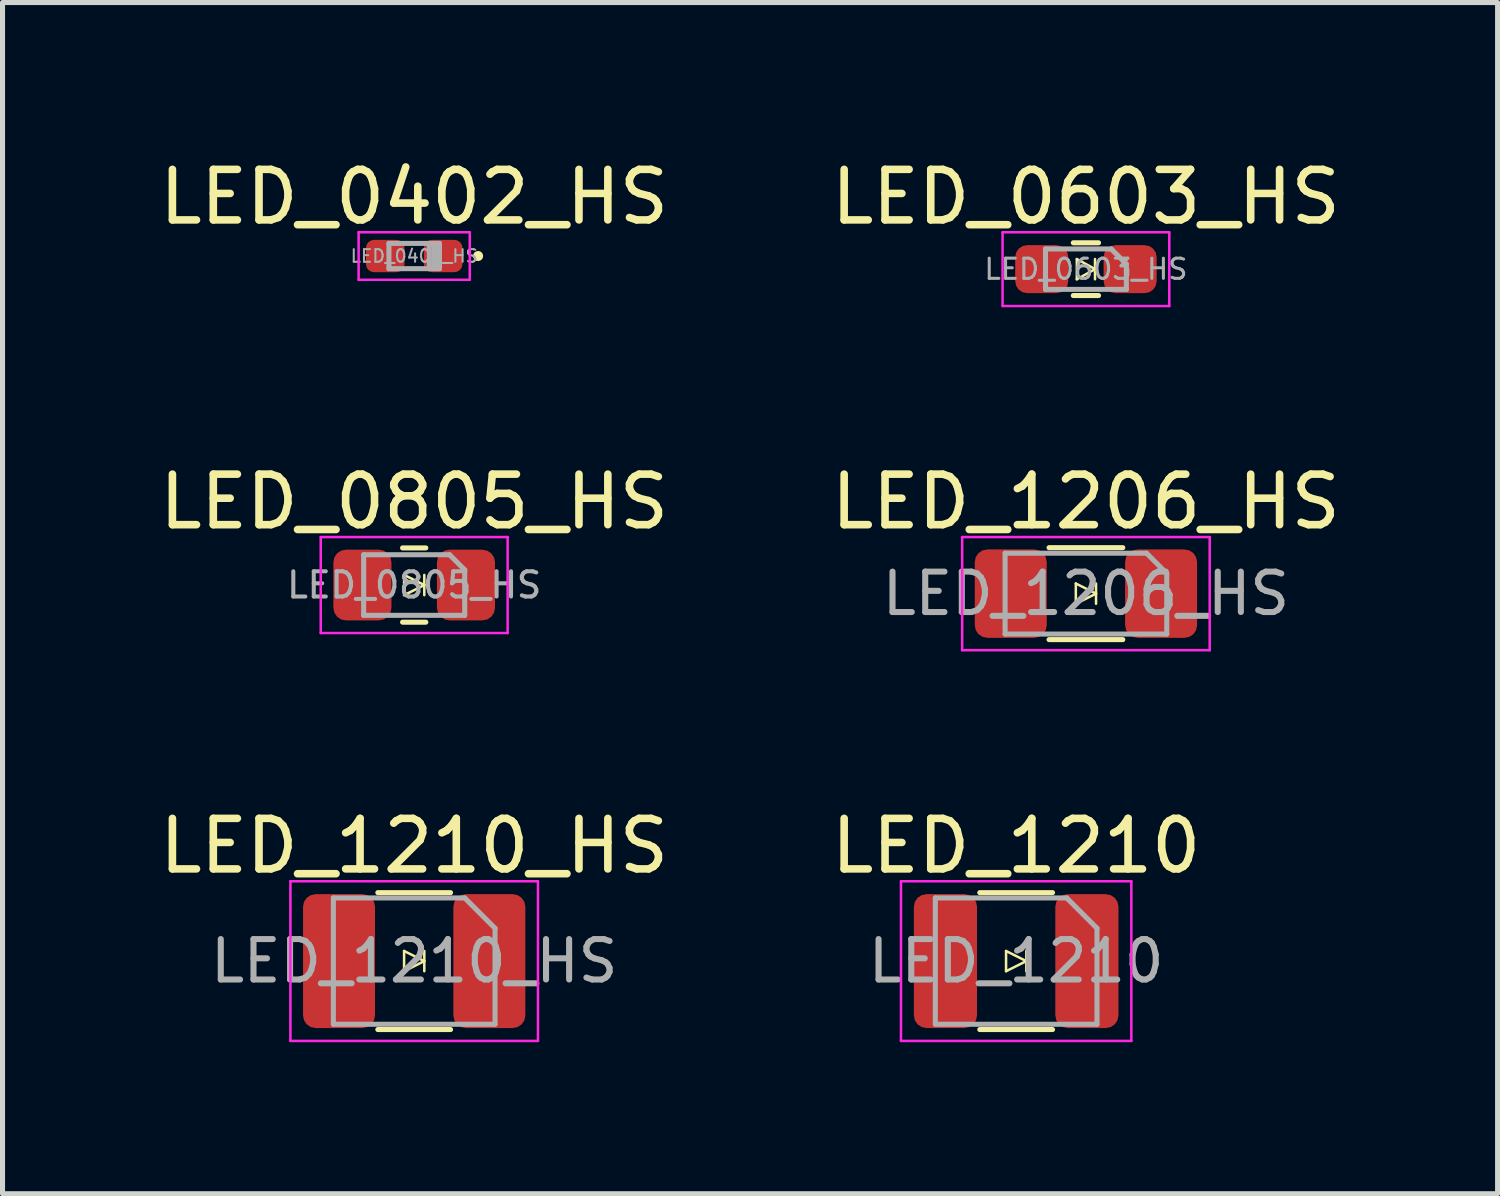
<source format=kicad_pcb>
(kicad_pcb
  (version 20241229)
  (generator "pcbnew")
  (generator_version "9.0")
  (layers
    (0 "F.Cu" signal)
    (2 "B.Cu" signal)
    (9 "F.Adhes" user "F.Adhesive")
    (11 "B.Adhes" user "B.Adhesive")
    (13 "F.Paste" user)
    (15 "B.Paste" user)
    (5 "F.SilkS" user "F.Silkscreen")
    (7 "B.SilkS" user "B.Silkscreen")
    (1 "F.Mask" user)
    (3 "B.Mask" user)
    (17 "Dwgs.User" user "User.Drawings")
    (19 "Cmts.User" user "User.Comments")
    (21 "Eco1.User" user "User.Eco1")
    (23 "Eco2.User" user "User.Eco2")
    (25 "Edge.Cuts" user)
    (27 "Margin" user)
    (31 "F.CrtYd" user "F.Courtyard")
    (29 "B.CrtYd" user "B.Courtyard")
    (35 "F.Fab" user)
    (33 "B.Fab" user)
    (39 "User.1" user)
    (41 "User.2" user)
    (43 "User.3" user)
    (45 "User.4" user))
  (footprint "LED_0805_HS"
    (layer "F.Cu")
    (at 5.149 8.531)
    (property "Reference" "LED_0805_HS" (at 0 -1.65 0) (layer "F.SilkS") (effects (font (size 1 1) (thickness 0.15))))
    (attr smd)
    (fp_line (start -0.23 0.735) (end 0.23 0.735) (stroke (width 0.1) (type solid)) (layer "F.SilkS"))
    (fp_line (start -0.2 -0.2) (end -0.2 0.2) (stroke (width 0.05) (type solid)) (layer "F.SilkS"))
    (fp_line (start -0.2 -0.2) (end 0.2 0) (stroke (width 0.05) (type solid)) (layer "F.SilkS"))
    (fp_line (start 0.2 -0.2) (end 0.2 0.2) (stroke (width 0.05) (type solid)) (layer "F.SilkS"))
    (fp_line (start 0.2 0) (end -0.2 0.2) (stroke (width 0.05) (type solid)) (layer "F.SilkS"))
    (fp_line (start 0.23 -0.735) (end -0.23 -0.735) (stroke (width 0.1) (type solid)) (layer "F.SilkS"))
    (fp_line (start -1.85 -0.95) (end 1.85 -0.95) (stroke (width 0.05) (type solid)) (layer "F.CrtYd"))
    (fp_line (start -1.85 0.95) (end -1.85 -0.95) (stroke (width 0.05) (type solid)) (layer "F.CrtYd"))
    (fp_line (start 1.85 -0.95) (end 1.85 0.95) (stroke (width 0.05) (type solid)) (layer "F.CrtYd"))
    (fp_line (start 1.85 0.95) (end -1.85 0.95) (stroke (width 0.05) (type solid)) (layer "F.CrtYd"))
    (fp_line (start -1 -0.6) (end -1 0.6) (stroke (width 0.1) (type solid)) (layer "F.Fab"))
    (fp_line (start -1 0.6) (end 1 0.6) (stroke (width 0.1) (type solid)) (layer "F.Fab"))
    (fp_line (start 0.7 -0.6) (end -1 -0.6) (stroke (width 0.1) (type solid)) (layer "F.Fab"))
    (fp_line (start 0.7 -0.6) (end 1 -0.3) (stroke (width 0.1) (type solid)) (layer "F.Fab"))
    (fp_line (start 1 0.6) (end 1 -0.3) (stroke (width 0.1) (type solid)) (layer "F.Fab"))
    (fp_text user "${REFERENCE}" (at 0 0 0) (layer "F.Fab") (effects (font (size 0.5 0.5) (thickness 0.08))))
    (pad "1" smd roundrect (at -1.025 0) (size 1.15 1.4) (layers "F.Cu" "F.Mask" "F.Paste") (roundrect_rratio 0.217))
    (pad "2" smd roundrect (at 1.025 0) (size 1.15 1.4) (layers "F.Cu" "F.Mask" "F.Paste") (roundrect_rratio 0.217)))
  (footprint "LED_1210_HS"
    (layer "F.Cu")
    (at 5.149 15.975)
    (property "Reference" "LED_1210_HS" (at 0 -2.28 0) (layer "F.SilkS") (effects (font (size 1 1) (thickness 0.15))))
    (attr smd)
    (fp_line (start -0.72 1.355) (end 0.72 1.355) (stroke (width 0.1) (type solid)) (layer "F.SilkS"))
    (fp_line (start -0.2 -0.2) (end -0.2 0.2) (stroke (width 0.05) (type solid)) (layer "F.SilkS"))
    (fp_line (start -0.2 -0.2) (end 0.2 0) (stroke (width 0.05) (type solid)) (layer "F.SilkS"))
    (fp_line (start 0.2 -0.2) (end 0.2 0.2) (stroke (width 0.05) (type solid)) (layer "F.SilkS"))
    (fp_line (start 0.2 0) (end -0.2 0.2) (stroke (width 0.05) (type solid)) (layer "F.SilkS"))
    (fp_line (start 0.72 -1.355) (end -0.72 -1.355) (stroke (width 0.1) (type solid)) (layer "F.SilkS"))
    (fp_line (start -2.45 -1.58) (end 2.45 -1.58) (stroke (width 0.05) (type solid)) (layer "F.CrtYd"))
    (fp_line (start -2.45 1.58) (end -2.45 -1.58) (stroke (width 0.05) (type solid)) (layer "F.CrtYd"))
    (fp_line (start 2.45 -1.58) (end 2.45 1.58) (stroke (width 0.05) (type solid)) (layer "F.CrtYd"))
    (fp_line (start 2.45 1.58) (end -2.45 1.58) (stroke (width 0.05) (type solid)) (layer "F.CrtYd"))
    (fp_line (start -1.6 -1.25) (end -1.6 1.25) (stroke (width 0.1) (type solid)) (layer "F.Fab"))
    (fp_line (start -1.6 1.25) (end 1.6 1.25) (stroke (width 0.1) (type solid)) (layer "F.Fab"))
    (fp_line (start 1 -1.25) (end -1.6 -1.25) (stroke (width 0.1) (type solid)) (layer "F.Fab"))
    (fp_line (start 1 -1.25) (end 1.6 -0.65) (stroke (width 0.1) (type solid)) (layer "F.Fab"))
    (fp_line (start 1.6 1.25) (end 1.6 -0.65) (stroke (width 0.1) (type solid)) (layer "F.Fab"))
    (fp_text user "${REFERENCE}" (at 0 0 0) (layer "F.Fab") (effects (font (size 0.8 0.8) (thickness 0.12))))
    (pad "1" smd roundrect (at -1.488 0) (size 1.425 2.65) (layers "F.Cu" "F.Mask" "F.Paste") (roundrect_rratio 0.175))
    (pad "2" smd roundrect (at 1.488 0) (size 1.425 2.65) (layers "F.Cu" "F.Mask" "F.Paste") (roundrect_rratio 0.175)))
  (footprint "LED_0603_HS"
    (layer "F.Cu")
    (at 18.446 2.278)
    (property "Reference" "LED_0603_HS" (at 0 -1.43 0) (layer "F.SilkS") (effects (font (size 1 1) (thickness 0.15))))
    (attr smd)
    (fp_line (start -0.25 0.522) (end 0.25 0.522) (stroke (width 0.1) (type solid)) (layer "F.SilkS"))
    (fp_line (start -0.18 -0.2) (end -0.18 0.2) (stroke (width 0.05) (type solid)) (layer "F.SilkS"))
    (fp_line (start -0.18 -0.2) (end 0.18 0) (stroke (width 0.05) (type solid)) (layer "F.SilkS"))
    (fp_line (start 0.18 -0.2) (end 0.18 0.2) (stroke (width 0.05) (type solid)) (layer "F.SilkS"))
    (fp_line (start 0.18 0) (end -0.18 0.2) (stroke (width 0.05) (type solid)) (layer "F.SilkS"))
    (fp_line (start 0.25 -0.522) (end -0.25 -0.522) (stroke (width 0.1) (type solid)) (layer "F.SilkS"))
    (fp_line (start -1.65 -0.73) (end 1.65 -0.73) (stroke (width 0.05) (type solid)) (layer "F.CrtYd"))
    (fp_line (start -1.65 0.73) (end -1.65 -0.73) (stroke (width 0.05) (type solid)) (layer "F.CrtYd"))
    (fp_line (start 1.65 -0.73) (end 1.65 0.73) (stroke (width 0.05) (type solid)) (layer "F.CrtYd"))
    (fp_line (start 1.65 0.73) (end -1.65 0.73) (stroke (width 0.05) (type solid)) (layer "F.CrtYd"))
    (fp_line (start -0.8 -0.4) (end -0.8 0.4) (stroke (width 0.1) (type solid)) (layer "F.Fab"))
    (fp_line (start -0.8 0.4) (end 0.8 0.4) (stroke (width 0.1) (type solid)) (layer "F.Fab"))
    (fp_line (start 0.5 -0.4) (end -0.8 -0.4) (stroke (width 0.1) (type solid)) (layer "F.Fab"))
    (fp_line (start 0.5 -0.4) (end 0.8 -0.1) (stroke (width 0.1) (type solid)) (layer "F.Fab"))
    (fp_line (start 0.8 0.4) (end 0.8 -0.1) (stroke (width 0.1) (type solid)) (layer "F.Fab"))
    (fp_text user "${REFERENCE}" (at 0 0 0) (layer "F.Fab") (effects (font (size 0.4 0.4) (thickness 0.06))))
    (pad "1" smd roundrect (at -0.875 0) (size 1.05 0.95) (layers "F.Cu" "F.Mask" "F.Paste") (roundrect_rratio 0.25))
    (pad "2" smd roundrect (at 0.875 0) (size 1.05 0.95) (layers "F.Cu" "F.Mask" "F.Paste") (roundrect_rratio 0.25)))
  (footprint "LED_0402_HS"
    (layer "F.Cu")
    (at 5.149 2.018)
    (property "Reference" "LED_0402_HS" (at 0 -1.17 0) (layer "F.SilkS") (effects (font (size 1 1) (thickness 0.15))))
    (attr smd)
    (fp_circle (center 1.265 0) (end 1.315 0) (stroke (width 0.1) (type solid)) (fill no) (layer "F.SilkS"))
    (fp_line (start -1.1 -0.47) (end 1.1 -0.47) (stroke (width 0.05) (type solid)) (layer "F.CrtYd"))
    (fp_line (start -1.1 0.47) (end -1.1 -0.47) (stroke (width 0.05) (type solid)) (layer "F.CrtYd"))
    (fp_line (start 1.1 -0.47) (end 1.1 0.47) (stroke (width 0.05) (type solid)) (layer "F.CrtYd"))
    (fp_line (start 1.1 0.47) (end -1.1 0.47) (stroke (width 0.05) (type solid)) (layer "F.CrtYd"))
    (fp_line (start -0.5 -0.25) (end 0.5 -0.25) (stroke (width 0.1) (type solid)) (layer "F.Fab"))
    (fp_line (start -0.5 0.25) (end -0.5 -0.25) (stroke (width 0.1) (type solid)) (layer "F.Fab"))
    (fp_line (start 0.3 0.25) (end 0.3 -0.25) (stroke (width 0.1) (type solid)) (layer "F.Fab"))
    (fp_line (start 0.4 0.25) (end 0.4 -0.25) (stroke (width 0.1) (type solid)) (layer "F.Fab"))
    (fp_line (start 0.5 -0.25) (end 0.5 0.25) (stroke (width 0.1) (type solid)) (layer "F.Fab"))
    (fp_line (start 0.5 0.25) (end -0.5 0.25) (stroke (width 0.1) (type solid)) (layer "F.Fab"))
    (fp_text user "${REFERENCE}" (at 0 0 0) (layer "F.Fab") (effects (font (size 0.25 0.25) (thickness 0.04))))
    (pad "1" smd roundrect (at -0.573 0) (size 0.765 0.64) (layers "F.Cu" "F.Mask" "F.Paste") (roundrect_rratio 0.25))
    (pad "2" smd roundrect (at 0.573 0) (size 0.765 0.64) (layers "F.Cu" "F.Mask" "F.Paste") (roundrect_rratio 0.25)))
  (footprint "LED_1206_HS"
    (layer "F.Cu")
    (at 18.446 8.701)
    (property "Reference" "LED_1206_HS" (at 0 -1.82 0) (layer "F.SilkS") (effects (font (size 1 1) (thickness 0.15))))
    (attr smd)
    (fp_line (start -0.73 0.91) (end 0.73 0.91) (stroke (width 0.1) (type solid)) (layer "F.SilkS"))
    (fp_line (start -0.2 -0.2) (end -0.2 0.2) (stroke (width 0.05) (type solid)) (layer "F.SilkS"))
    (fp_line (start -0.2 -0.2) (end 0.2 0) (stroke (width 0.05) (type solid)) (layer "F.SilkS"))
    (fp_line (start 0.2 -0.2) (end 0.2 0.2) (stroke (width 0.05) (type solid)) (layer "F.SilkS"))
    (fp_line (start 0.2 0) (end -0.2 0.2) (stroke (width 0.05) (type solid)) (layer "F.SilkS"))
    (fp_line (start 0.73 -0.91) (end -0.73 -0.91) (stroke (width 0.1) (type solid)) (layer "F.SilkS"))
    (fp_line (start -2.45 -1.12) (end 2.45 -1.12) (stroke (width 0.05) (type solid)) (layer "F.CrtYd"))
    (fp_line (start -2.45 1.12) (end -2.45 -1.12) (stroke (width 0.05) (type solid)) (layer "F.CrtYd"))
    (fp_line (start 2.45 -1.12) (end 2.45 1.12) (stroke (width 0.05) (type solid)) (layer "F.CrtYd"))
    (fp_line (start 2.45 1.12) (end -2.45 1.12) (stroke (width 0.05) (type solid)) (layer "F.CrtYd"))
    (fp_line (start -1.6 -0.8) (end -1.6 0.8) (stroke (width 0.1) (type solid)) (layer "F.Fab"))
    (fp_line (start -1.6 0.8) (end 1.6 0.8) (stroke (width 0.1) (type solid)) (layer "F.Fab"))
    (fp_line (start 1.2 -0.8) (end -1.6 -0.8) (stroke (width 0.1) (type solid)) (layer "F.Fab"))
    (fp_line (start 1.2 -0.8) (end 1.6 -0.4) (stroke (width 0.1) (type solid)) (layer "F.Fab"))
    (fp_line (start 1.6 0.8) (end 1.6 -0.4) (stroke (width 0.1) (type solid)) (layer "F.Fab"))
    (fp_text user "${REFERENCE}" (at 0 0 0) (layer "F.Fab") (effects (font (size 0.8 0.8) (thickness 0.12))))
    (pad "1" smd roundrect (at -1.488 0) (size 1.425 1.75) (layers "F.Cu" "F.Mask" "F.Paste") (roundrect_rratio 0.175))
    (pad "2" smd roundrect (at 1.488 0) (size 1.425 1.75) (layers "F.Cu" "F.Mask" "F.Paste") (roundrect_rratio 0.175)))
  (footprint "LED_1210"
    (layer "F.Cu")
    (at 17.065 15.975)
    (property "Reference" "LED_1210" (at 0 -2.28 0) (layer "F.SilkS") (effects (font (size 1 1) (thickness 0.15))))
    (attr smd)
    (fp_line (start -0.72 1.355) (end 0.72 1.355) (stroke (width 0.1) (type solid)) (layer "F.SilkS"))
    (fp_line (start -0.2 -0.2) (end -0.2 0.2) (stroke (width 0.05) (type solid)) (layer "F.SilkS"))
    (fp_line (start -0.2 -0.2) (end 0.2 0) (stroke (width 0.05) (type solid)) (layer "F.SilkS"))
    (fp_line (start 0.2 -0.2) (end 0.2 0.2) (stroke (width 0.05) (type solid)) (layer "F.SilkS"))
    (fp_line (start 0.2 0) (end -0.2 0.2) (stroke (width 0.05) (type solid)) (layer "F.SilkS"))
    (fp_line (start 0.72 -1.355) (end -0.72 -1.355) (stroke (width 0.1) (type solid)) (layer "F.SilkS"))
    (fp_line (start -2.28 -1.58) (end 2.28 -1.58) (stroke (width 0.05) (type solid)) (layer "F.CrtYd"))
    (fp_line (start -2.28 1.58) (end -2.28 -1.58) (stroke (width 0.05) (type solid)) (layer "F.CrtYd"))
    (fp_line (start 2.28 -1.58) (end 2.28 1.58) (stroke (width 0.05) (type solid)) (layer "F.CrtYd"))
    (fp_line (start 2.28 1.58) (end -2.28 1.58) (stroke (width 0.05) (type solid)) (layer "F.CrtYd"))
    (fp_line (start -1.6 -1.25) (end -1.6 1.25) (stroke (width 0.1) (type solid)) (layer "F.Fab"))
    (fp_line (start -1.6 1.25) (end 1.6 1.25) (stroke (width 0.1) (type solid)) (layer "F.Fab"))
    (fp_line (start 1 -1.25) (end -1.6 -1.25) (stroke (width 0.1) (type solid)) (layer "F.Fab"))
    (fp_line (start 1 -1.25) (end 1.6 -0.65) (stroke (width 0.1) (type solid)) (layer "F.Fab"))
    (fp_line (start 1.6 1.25) (end 1.6 -0.65) (stroke (width 0.1) (type solid)) (layer "F.Fab"))
    (fp_text user "${REFERENCE}" (at 0 0 0) (layer "F.Fab") (effects (font (size 0.8 0.8) (thickness 0.12))))
    (pad "1" smd roundrect (at -1.4 0) (size 1.25 2.65) (layers "F.Cu" "F.Mask" "F.Paste") (roundrect_rratio 0.2))
    (pad "2" smd roundrect (at 1.4 0) (size 1.25 2.65) (layers "F.Cu" "F.Mask" "F.Paste") (roundrect_rratio 0.2)))
  (gr_rect
    (start -3 -3)
    (end 26.595 20.58)
    (stroke (width 0.1) (type default))
    (fill no)
    (layer "Edge.Cuts")))
</source>
